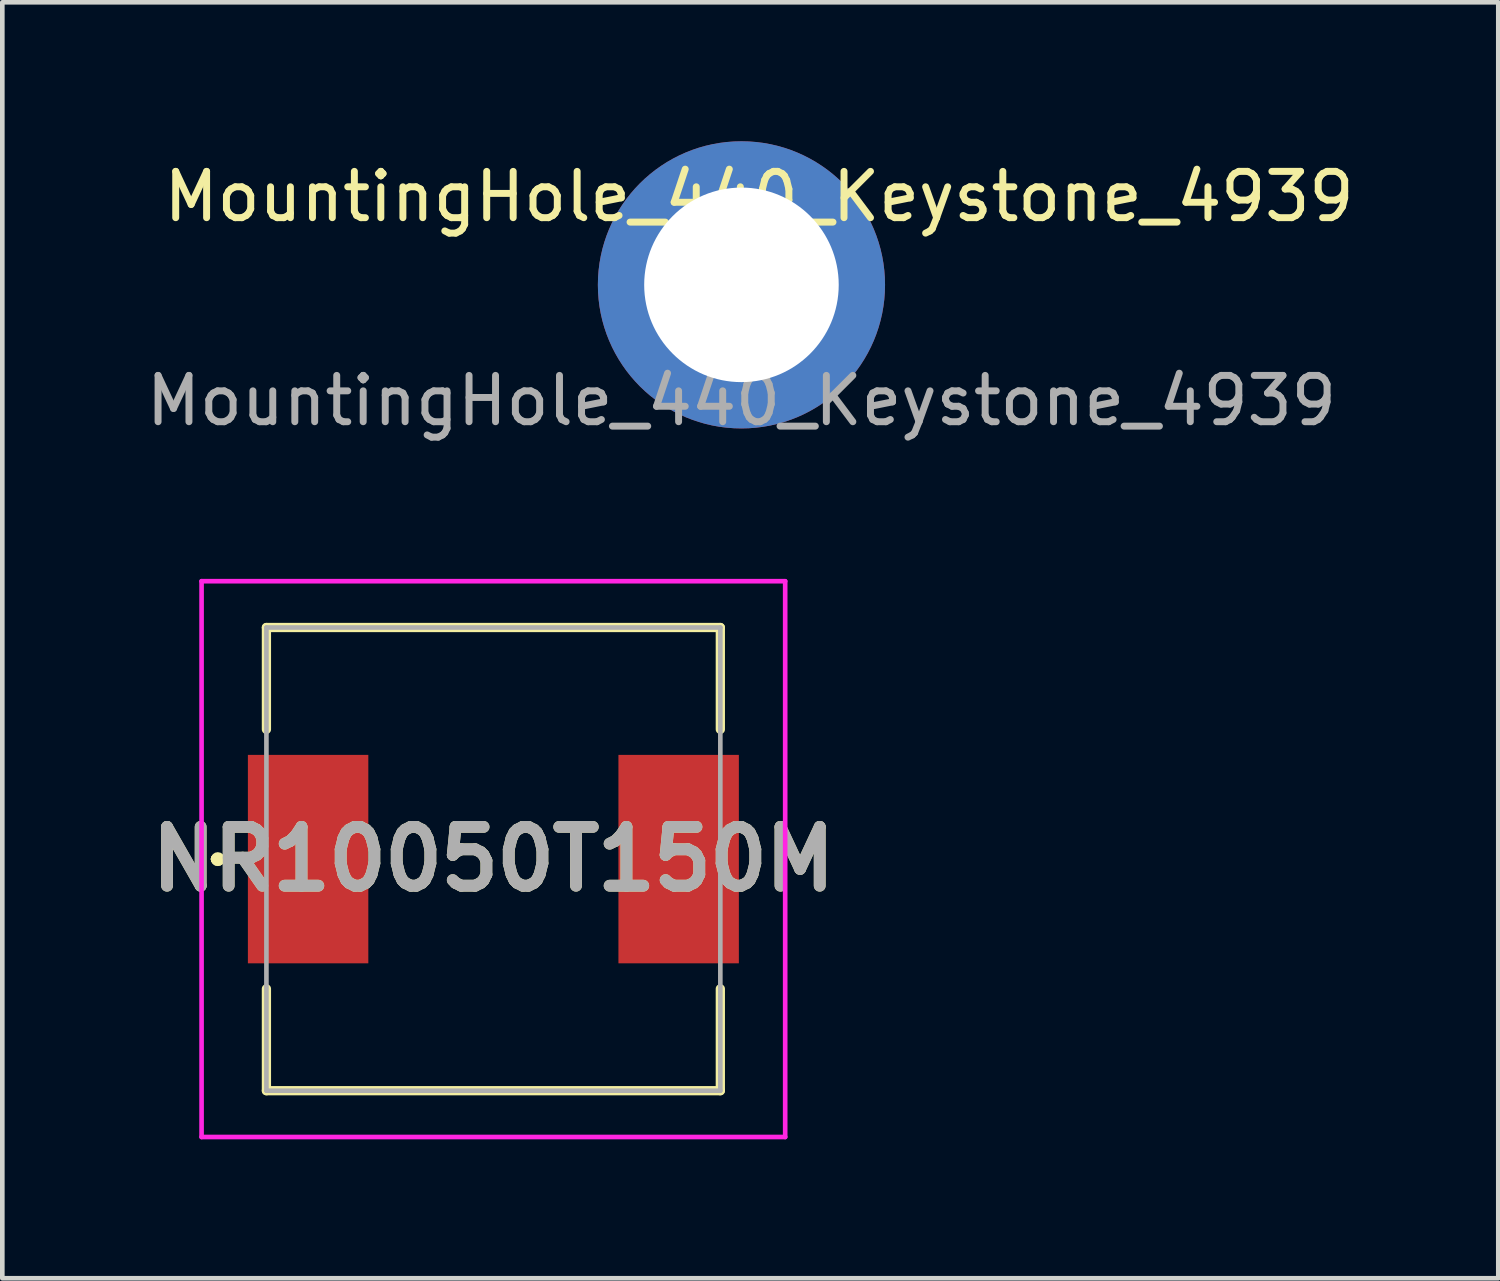
<source format=kicad_pcb>
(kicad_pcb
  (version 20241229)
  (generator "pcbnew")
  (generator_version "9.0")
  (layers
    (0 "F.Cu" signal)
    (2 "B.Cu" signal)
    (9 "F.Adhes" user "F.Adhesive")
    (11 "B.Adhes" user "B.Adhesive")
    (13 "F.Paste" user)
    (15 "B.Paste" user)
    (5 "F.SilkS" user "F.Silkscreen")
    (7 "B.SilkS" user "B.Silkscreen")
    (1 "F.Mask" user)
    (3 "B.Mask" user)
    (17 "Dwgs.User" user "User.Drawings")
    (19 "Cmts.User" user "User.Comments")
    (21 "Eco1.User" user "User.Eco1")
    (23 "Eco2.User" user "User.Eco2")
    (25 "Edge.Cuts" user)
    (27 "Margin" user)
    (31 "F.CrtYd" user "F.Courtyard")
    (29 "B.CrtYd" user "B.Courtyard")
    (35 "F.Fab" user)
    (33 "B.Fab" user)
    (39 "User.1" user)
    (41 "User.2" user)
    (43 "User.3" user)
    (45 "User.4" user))
  (footprint "NR10050T150M"
    (layer "F.Cu")
    (at 7.602 15.498)
    (property "Reference" "NR10050T150M" (at 0 0 0) (layer "F.SilkS") (effects (font (size 1.27 1.27) (thickness 0.254))))
    (attr smd)
    (fp_line (start -6 0) (end -6 0) (stroke (width 0.2) (type solid)) (layer "F.SilkS"))
    (fp_line (start -6 0) (end -6 0) (stroke (width 0.2) (type solid)) (layer "F.SilkS"))
    (fp_line (start -5.9 0) (end -5.9 0) (stroke (width 0.2) (type solid)) (layer "F.SilkS"))
    (fp_line (start -4.9 -5) (end 4.9 -5) (stroke (width 0.2) (type solid)) (layer "F.SilkS"))
    (fp_line (start -4.9 -2.8) (end -4.9 -5) (stroke (width 0.2) (type solid)) (layer "F.SilkS"))
    (fp_line (start -4.9 2.8) (end -4.9 5) (stroke (width 0.2) (type solid)) (layer "F.SilkS"))
    (fp_line (start -4.9 5) (end 4.9 5) (stroke (width 0.2) (type solid)) (layer "F.SilkS"))
    (fp_line (start 4.9 -5) (end 4.9 -2.8) (stroke (width 0.2) (type solid)) (layer "F.SilkS"))
    (fp_line (start 4.9 5) (end 4.9 2.8) (stroke (width 0.2) (type solid)) (layer "F.SilkS"))
    (fp_arc (start -6 0) (mid -5.95 -0.05) (end -5.9 0) (stroke (width 0.2) (type solid)) (layer "F.SilkS"))
    (fp_arc (start -5.9 0) (mid -5.95 0.05) (end -6 0) (stroke (width 0.2) (type solid)) (layer "F.SilkS"))
    (fp_arc (start -5.9 0) (mid -5.95 0.05) (end -6 0) (stroke (width 0.2) (type solid)) (layer "F.SilkS"))
    (fp_line (start -6.3 -6) (end 6.3 -6) (stroke (width 0.1) (type solid)) (layer "F.CrtYd"))
    (fp_line (start -6.3 6) (end -6.3 -6) (stroke (width 0.1) (type solid)) (layer "F.CrtYd"))
    (fp_line (start 6.3 -6) (end 6.3 6) (stroke (width 0.1) (type solid)) (layer "F.CrtYd"))
    (fp_line (start 6.3 6) (end -6.3 6) (stroke (width 0.1) (type solid)) (layer "F.CrtYd"))
    (fp_line (start -4.9 -5) (end -4.9 5) (stroke (width 0.1) (type solid)) (layer "F.Fab"))
    (fp_line (start -4.9 5) (end 4.9 5) (stroke (width 0.1) (type solid)) (layer "F.Fab"))
    (fp_line (start 4.9 -5) (end -4.9 -5) (stroke (width 0.1) (type solid)) (layer "F.Fab"))
    (fp_line (start 4.9 5) (end 4.9 -5) (stroke (width 0.1) (type solid)) (layer "F.Fab"))
    (fp_text user "${REFERENCE}" (at 0 0 0) (layer "F.Fab") (effects (font (size 1.27 1.27) (thickness 0.254))))
    (pad "1" smd rect (at -4 0) (size 2.6 4.5) (layers "F.Cu" "F.Mask" "F.Paste"))
    (pad "2" smd rect (at 4 0) (size 2.6 4.5) (layers "F.Cu" "F.Mask" "F.Paste")))
  (footprint "MountingHole_440_Keystone_4939"
    (layer "F.Cu")
    (at 12.958 3.1)
    (property "Reference" "MountingHole_440_Keystone_4939" (at 0.381 -1.905 0) (unlocked yes) (layer "F.SilkS") (effects (font (size 1 1) (thickness 0.15))))
    (fp_text user "${REFERENCE}" (at 0 2.5 0) (unlocked yes) (layer "F.Fab") (effects (font (size 1 1) (thickness 0.15))))
    (pad "1" thru_hole circle (at 0 0) (size 6.2 6.2) (drill 4.2) (layers "*.Cu" "F.Mask" "F.Paste")))
  (gr_rect
    (start -3 -3)
    (end 29.298 24.548)
    (stroke (width 0.1) (type default))
    (fill no)
    (layer "Edge.Cuts")))
</source>
